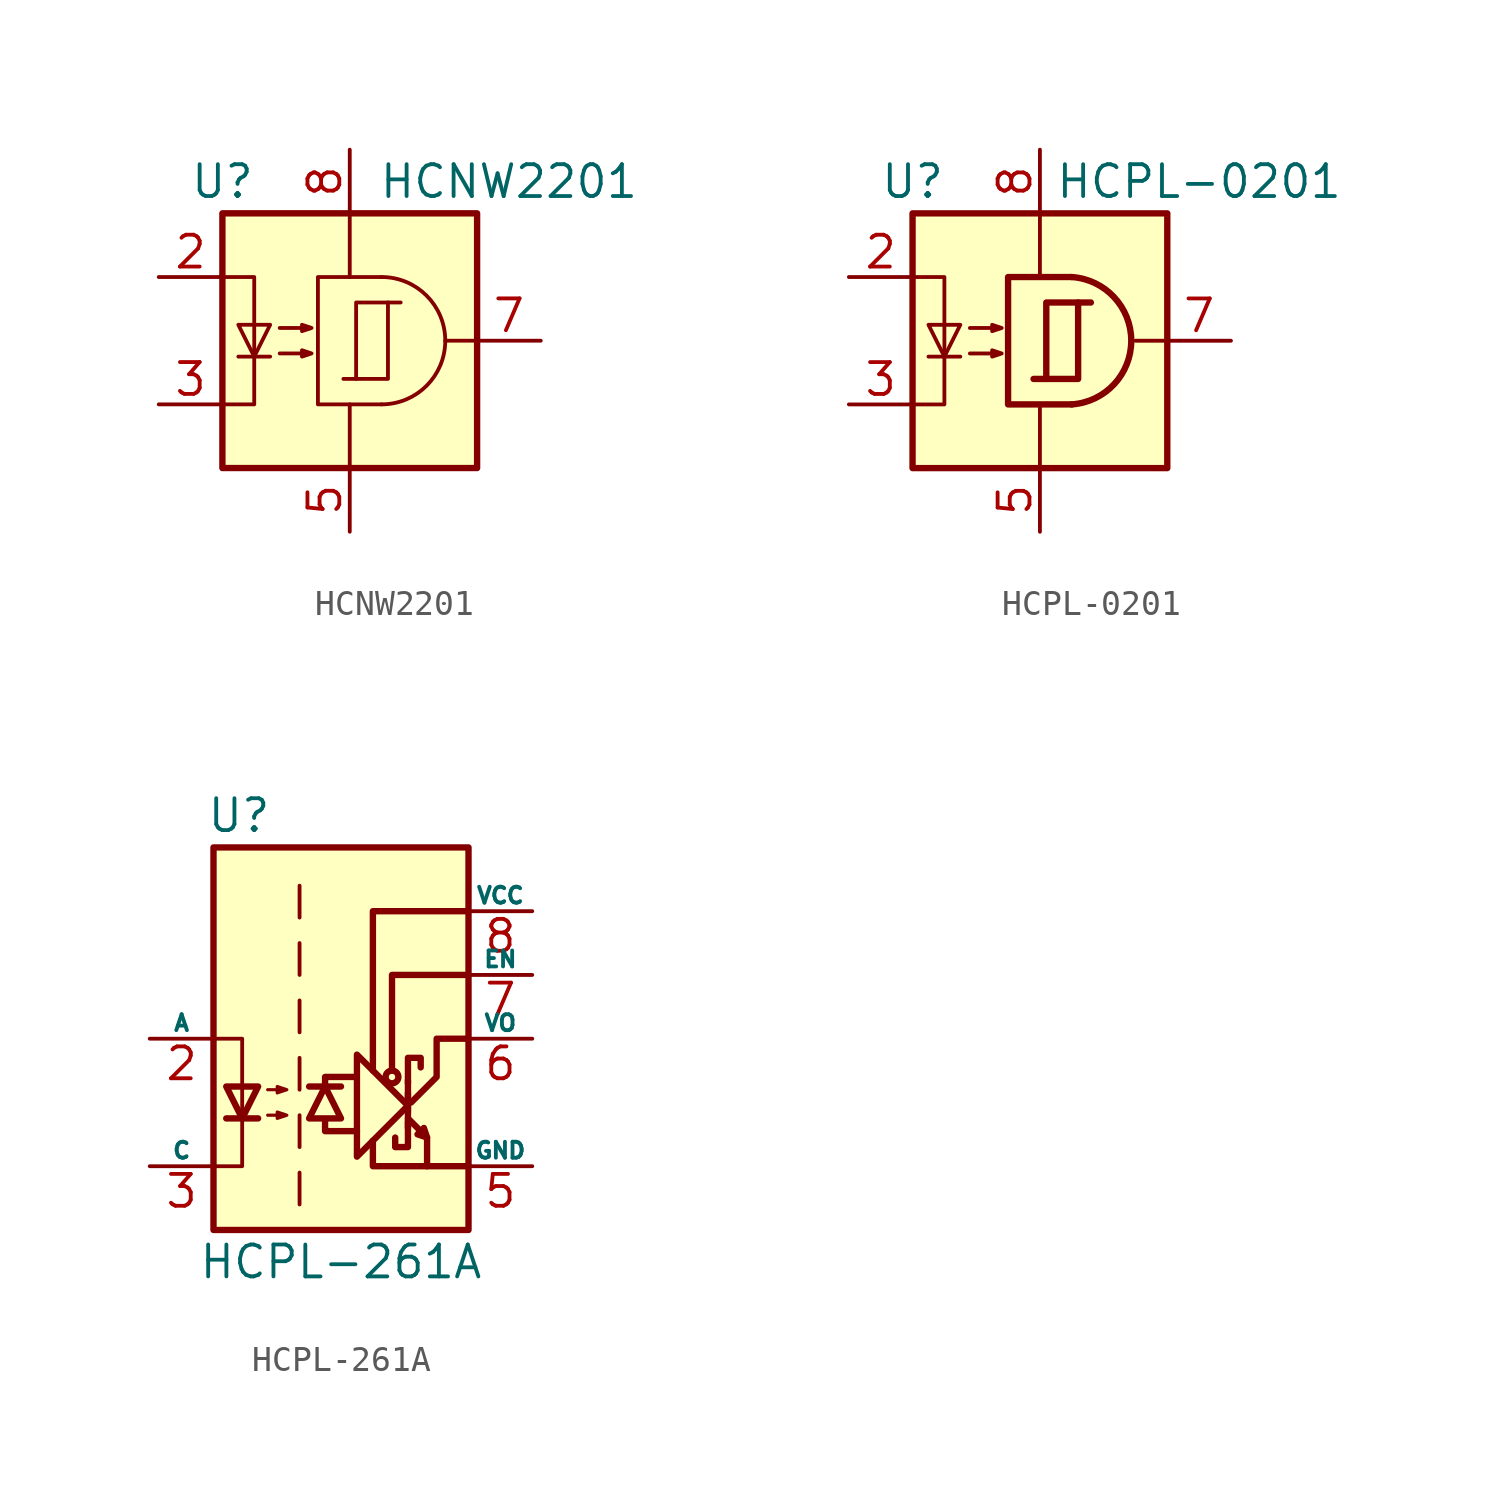
<source format=kicad_sym>
(kicad_symbol_lib
  (version 20201005)
  (generator kicad_symbol_editor)
  (symbol "Isolator_Optocoupler:HCNW2201"
    (property "Reference" "U"
      (at -5.08 6.35 0)
      (effects (font (size 1.27 1.27))))
    (property "Value" "HCNW2201"
      (at 6.35 6.35 0)
      (effects (font (size 1.27 1.27))))
    (symbol "HCNW2201_0_1"
      (polyline (pts (xy 5.08 0) (xy 3.81 0)) (stroke (width 0)) (fill (type none))))
    (symbol "HCNW2201_1_1"
      (arc (start 1.27 -2.54) (end 1.27 2.54) (radius (at 1.27 0) (length 2.54) (angles -89.9 89.9)) (stroke (width 0)) (fill (type none)))
      (rectangle (start 0.254 1.524) (end 1.524 -1.524) (stroke (width 0)) (fill (type none)))
      (rectangle (start -5.08 5.08) (end 5.08 -5.08) (stroke (width 0.254)) (fill (type background)))
      (polyline (pts (xy -4.445 -0.635) (xy -3.175 -0.635)) (stroke (width 0)) (fill (type none)))
      (polyline (pts (xy 0 2.54) (xy 0 5.08)) (stroke (width 0)) (fill (type none)))
      (polyline (pts (xy 0.254 -1.524) (xy -0.254 -1.524)) (stroke (width 0)) (fill (type none)))
      (polyline (pts (xy 1.524 1.524) (xy 2.032 1.524)) (stroke (width 0)) (fill (type none)))
      (polyline (pts (xy 0 -2.54) (xy 0 -5.08) (xy 0 -3.81)) (stroke (width 0)) (fill (type none)))
      (polyline (pts (xy -5.08 -2.54) (xy -3.81 -2.54) (xy -3.81 2.54) (xy -5.08 2.54)) (stroke (width 0)) (fill (type none)))
      (polyline (pts (xy -3.81 -0.635) (xy -4.445 0.635) (xy -3.175 0.635) (xy -3.81 -0.635)) (stroke (width 0)) (fill (type none)))
      (polyline (pts (xy 1.27 -2.54) (xy -1.27 -2.54) (xy -1.27 2.54) (xy 1.27 2.54)) (stroke (width 0)) (fill (type none)))
      (polyline (pts (xy -2.794 -0.508) (xy -1.524 -0.508) (xy -1.905 -0.635) (xy -1.905 -0.381) (xy -1.524 -0.508)) (stroke (width 0)) (fill (type none)))
      (polyline (pts (xy -2.794 0.508) (xy -1.524 0.508) (xy -1.905 0.381) (xy -1.905 0.635) (xy -1.524 0.508)) (stroke (width 0)) (fill (type none)))
      (pin no_connect line (at -5.08 0 0) (length 2.54) hide (name "~" (effects (font (size 1.27 1.27)))) (number "1" (effects (font (size 1.27 1.27)))))
      (pin passive line (at -7.62 2.54 0) (length 2.54) (name "~" (effects (font (size 1.27 1.27)))) (number "2" (effects (font (size 1.27 1.27)))))
      (pin passive line (at -7.62 -2.54 0) (length 2.54) (name "~" (effects (font (size 1.27 1.27)))) (number "3" (effects (font (size 1.27 1.27)))))
      (pin no_connect line (at 5.08 -2.54 180) (length 2.54) hide (name "~" (effects (font (size 1.27 1.27)))) (number "4" (effects (font (size 1.27 1.27)))))
      (pin power_in line (at 0 -7.62 90) (length 2.54) (name "~" (effects (font (size 1.27 1.27)))) (number "5" (effects (font (size 1.27 1.27)))))
      (pin no_connect line (at 5.08 2.54 180) (length 2.54) hide (name "~" (effects (font (size 1.27 1.27)))) (number "6" (effects (font (size 1.27 1.27)))))
      (pin output line (at 7.62 0 180) (length 2.54) (name "~" (effects (font (size 1.27 1.27)))) (number "7" (effects (font (size 1.27 1.27)))))
      (pin power_in line (at 0 7.62 270) (length 2.54) (name "~" (effects (font (size 1.27 1.27)))) (number "8" (effects (font (size 1.27 1.27)))))))
  (symbol "Isolator_Optocoupler:HCPL-0201"
    (property "Reference" "U"
      (at -5.08 6.35 0)
      (effects (font (size 1.27 1.27))))
    (property "Value" "HCPL-0201"
      (at 6.35 6.35 0)
      (effects (font (size 1.27 1.27))))
    (symbol "HCPL-0201_0_1"
      (polyline (pts (xy 5.08 0) (xy 3.81 0)) (stroke (width 0)) (fill (type none)))
      (polyline (pts (xy 0.254 -1.524) (xy -0.254 -1.524)) (stroke (width 0.254)) (fill (type background)))
      (polyline (pts (xy 1.524 1.524) (xy 2.032 1.524)) (stroke (width 0.254)) (fill (type background)))
      (polyline (pts (xy 0.254 -1.524) (xy 1.524 -1.524) (xy 1.524 1.524) (xy 0.254 1.524) (xy 0.254 -1.524)) (stroke (width 0.254)) (fill (type background))))
    (symbol "HCPL-0201_1_1"
      (arc (start 1.27 -2.54) (end 1.27 2.54) (radius (at 1.0968 0) (length 2.5459) (angles -86.1 86.1)) (stroke (width 0.254)) (fill (type background)))
      (rectangle (start -5.08 5.08) (end 5.08 -5.08) (stroke (width 0.254)) (fill (type background)))
      (polyline (pts (xy -4.445 -0.635) (xy -3.175 -0.635)) (stroke (width 0)) (fill (type none)))
      (polyline (pts (xy 0 2.54) (xy 0 5.08)) (stroke (width 0)) (fill (type none)))
      (polyline (pts (xy 0 -2.54) (xy 0 -5.08) (xy 0 -3.81)) (stroke (width 0)) (fill (type none)))
      (polyline (pts (xy -5.08 -2.54) (xy -3.81 -2.54) (xy -3.81 2.54) (xy -5.08 2.54)) (stroke (width 0)) (fill (type none)))
      (polyline (pts (xy -3.81 -0.635) (xy -4.445 0.635) (xy -3.175 0.635) (xy -3.81 -0.635)) (stroke (width 0)) (fill (type none)))
      (polyline (pts (xy -2.794 -0.508) (xy -1.524 -0.508) (xy -1.905 -0.635) (xy -1.905 -0.381) (xy -1.524 -0.508)) (stroke (width 0)) (fill (type none)))
      (polyline (pts (xy -2.794 0.508) (xy -1.524 0.508) (xy -1.905 0.381) (xy -1.905 0.635) (xy -1.524 0.508)) (stroke (width 0)) (fill (type none)))
      (polyline (pts (xy 1.27 -2.54) (xy -1.27 -2.54) (xy -1.27 2.54) (xy 1.27 2.54)) (stroke (width 0.254)) (fill (type background)))
      (pin no_connect line (at -5.08 0 0) (length 2.54) hide (name "~" (effects (font (size 1.27 1.27)))) (number "1" (effects (font (size 1.27 1.27)))))
      (pin passive line (at -7.62 2.54 0) (length 2.54) (name "~" (effects (font (size 1.27 1.27)))) (number "2" (effects (font (size 1.27 1.27)))))
      (pin passive line (at -7.62 -2.54 0) (length 2.54) (name "~" (effects (font (size 1.27 1.27)))) (number "3" (effects (font (size 1.27 1.27)))))
      (pin no_connect line (at 5.08 2.54 180) (length 2.54) hide (name "~" (effects (font (size 1.27 1.27)))) (number "4" (effects (font (size 1.27 1.27)))))
      (pin power_in line (at 0 -7.62 90) (length 2.54) (name "~" (effects (font (size 1.27 1.27)))) (number "5" (effects (font (size 1.27 1.27)))))
      (pin no_connect line (at 5.08 -2.54 180) (length 2.54) hide (name "~" (effects (font (size 1.27 1.27)))) (number "6" (effects (font (size 1.27 1.27)))))
      (pin output line (at 7.62 0 180) (length 2.54) (name "~" (effects (font (size 1.27 1.27)))) (number "7" (effects (font (size 1.27 1.27)))))
      (pin power_in line (at 0 7.62 270) (length 2.54) (name "~" (effects (font (size 1.27 1.27)))) (number "8" (effects (font (size 1.27 1.27)))))))
  (symbol "Isolator_Optocoupler:HCPL-261A"
    (pin_names
      (offset 0))
    (property "Reference" "U"
      (at -4.064 8.89 0)
      (effects (font (size 1.27 1.27))))
    (property "Value" "HCPL-261A"
      (at 0 -8.89 0)
      (effects (font (size 1.27 1.27))))
    (symbol "HCPL-261A_0_1"
      (circle (center 2.032 -1.524) (radius 0.254) (stroke (width 0.254)) (fill (type none)))
      (polyline (pts (xy 2.667 -3.556) (xy 2.667 -1.651)) (stroke (width 0.254)) (fill (type none)))
      (polyline (pts (xy 2.667 -2.159) (xy 2.667 -2.921)) (stroke (width 0.254)) (fill (type none)))
      (polyline (pts (xy 3.429 -3.937) (xy 3.429 -5.08)) (stroke (width 0.254)) (fill (type none)))
      (polyline (pts (xy -0.635 -3.302) (xy -0.635 -3.683) (xy 0.635 -3.683)) (stroke (width 0.254)) (fill (type none)))
      (polyline (pts (xy -0.635 -1.905) (xy -0.635 -1.524) (xy 0.508 -1.524)) (stroke (width 0.254)) (fill (type none)))
      (polyline (pts (xy 1.27 -4.064) (xy 1.27 -5.08) (xy 5.08 -5.08)) (stroke (width 0.254)) (fill (type none)))
      (polyline (pts (xy 1.27 -1.27) (xy 1.27 5.08) (xy 5.08 5.08)) (stroke (width 0.254)) (fill (type none)))
      (polyline (pts (xy 2.032 -1.27) (xy 2.032 2.54) (xy 5.08 2.54)) (stroke (width 0.254)) (fill (type none)))
      (polyline (pts (xy -5.08 -5.08) (xy -3.937 -5.08) (xy -3.937 0) (xy -5.08 0)) (stroke (width 0)) (fill (type none)))
      (polyline (pts (xy 2.667 -3.302) (xy 2.667 -4.318) (xy 2.159 -4.318) (xy 2.159 -3.937)) (stroke (width 0.254)) (fill (type none)))
      (polyline (pts (xy 2.667 -2.667) (xy 0.635 -4.699) (xy 0.635 -0.635) (xy 2.667 -2.667)) (stroke (width 0.254)) (fill (type none)))
      (polyline (pts (xy 2.667 -1.778) (xy 2.667 -0.762) (xy 3.175 -0.762) (xy 3.175 -1.143)) (stroke (width 0.254)) (fill (type none)))
      (polyline (pts (xy 2.794 -2.54) (xy 3.81 -1.524) (xy 3.81 0) (xy 5.08 0)) (stroke (width 0.254)) (fill (type none)))
      (polyline (pts (xy 2.667 -3.175) (xy 3.429 -3.937) (xy 3.302 -3.556) (xy 3.048 -3.81) (xy 3.429 -3.937)) (stroke (width 0.254)) (fill (type none))))
    (symbol "HCPL-261A_1_1"
      (rectangle (start -5.08 7.62) (end 5.08 -7.62) (stroke (width 0.254)) (fill (type background)))
      (polyline (pts (xy -4.572 -3.175) (xy -3.302 -3.175)) (stroke (width 0.254)) (fill (type none)))
      (polyline (pts (xy -1.651 -5.334) (xy -1.651 -6.604)) (stroke (width 0)) (fill (type none)))
      (polyline (pts (xy -1.651 -3.048) (xy -1.651 -4.318)) (stroke (width 0)) (fill (type none)))
      (polyline (pts (xy -1.651 -0.762) (xy -1.651 -2.032)) (stroke (width 0)) (fill (type none)))
      (polyline (pts (xy -1.651 1.524) (xy -1.651 0.254)) (stroke (width 0)) (fill (type none)))
      (polyline (pts (xy -1.651 3.81) (xy -1.651 2.54)) (stroke (width 0)) (fill (type none)))
      (polyline (pts (xy -1.651 6.096) (xy -1.651 4.826)) (stroke (width 0)) (fill (type none)))
      (polyline (pts (xy -1.27 -1.905) (xy 0 -1.905)) (stroke (width 0.254)) (fill (type none)))
      (polyline (pts (xy -3.937 -3.175) (xy -4.572 -1.905) (xy -3.302 -1.905) (xy -3.937 -3.175)) (stroke (width 0.254)) (fill (type none)))
      (polyline (pts (xy -0.635 -1.905) (xy -1.27 -3.175) (xy 0 -3.175) (xy -0.635 -1.905)) (stroke (width 0.254)) (fill (type none)))
      (polyline (pts (xy -2.921 -3.048) (xy -2.159 -3.048) (xy -2.54 -3.175) (xy -2.54 -2.921) (xy -2.159 -3.048)) (stroke (width 0.127)) (fill (type none)))
      (polyline (pts (xy -2.921 -2.032) (xy -2.159 -2.032) (xy -2.54 -2.159) (xy -2.54 -1.905) (xy -2.159 -2.032)) (stroke (width 0.127)) (fill (type none)))
      (pin no_connect line (at -5.08 5.08 0) (length 2.54) hide (name "NC" (effects (font (size 0.635 0.635)))) (number "1" (effects (font (size 1.27 1.27)))))
      (pin passive line (at -7.62 0 0) (length 2.54) (name "A" (effects (font (size 0.635 0.635)))) (number "2" (effects (font (size 1.27 1.27)))))
      (pin passive line (at -7.62 -5.08 0) (length 2.54) (name "C" (effects (font (size 0.635 0.635)))) (number "3" (effects (font (size 1.27 1.27)))))
      (pin power_in line (at 7.62 -5.08 180) (length 2.54) (name "GND" (effects (font (size 0.635 0.635)))) (number "5" (effects (font (size 1.27 1.27)))))
      (pin open_collector line (at 7.62 0 180) (length 2.54) (name "VO" (effects (font (size 0.635 0.635)))) (number "6" (effects (font (size 1.27 1.27)))))
      (pin input line (at 7.62 2.54 180) (length 2.54) (name "EN" (effects (font (size 0.635 0.635)))) (number "7" (effects (font (size 1.27 1.27)))))
      (pin power_in line (at 7.62 5.08 180) (length 2.54) (name "VCC" (effects (font (size 0.635 0.635)))) (number "8" (effects (font (size 1.27 1.27))))))))
</source>
